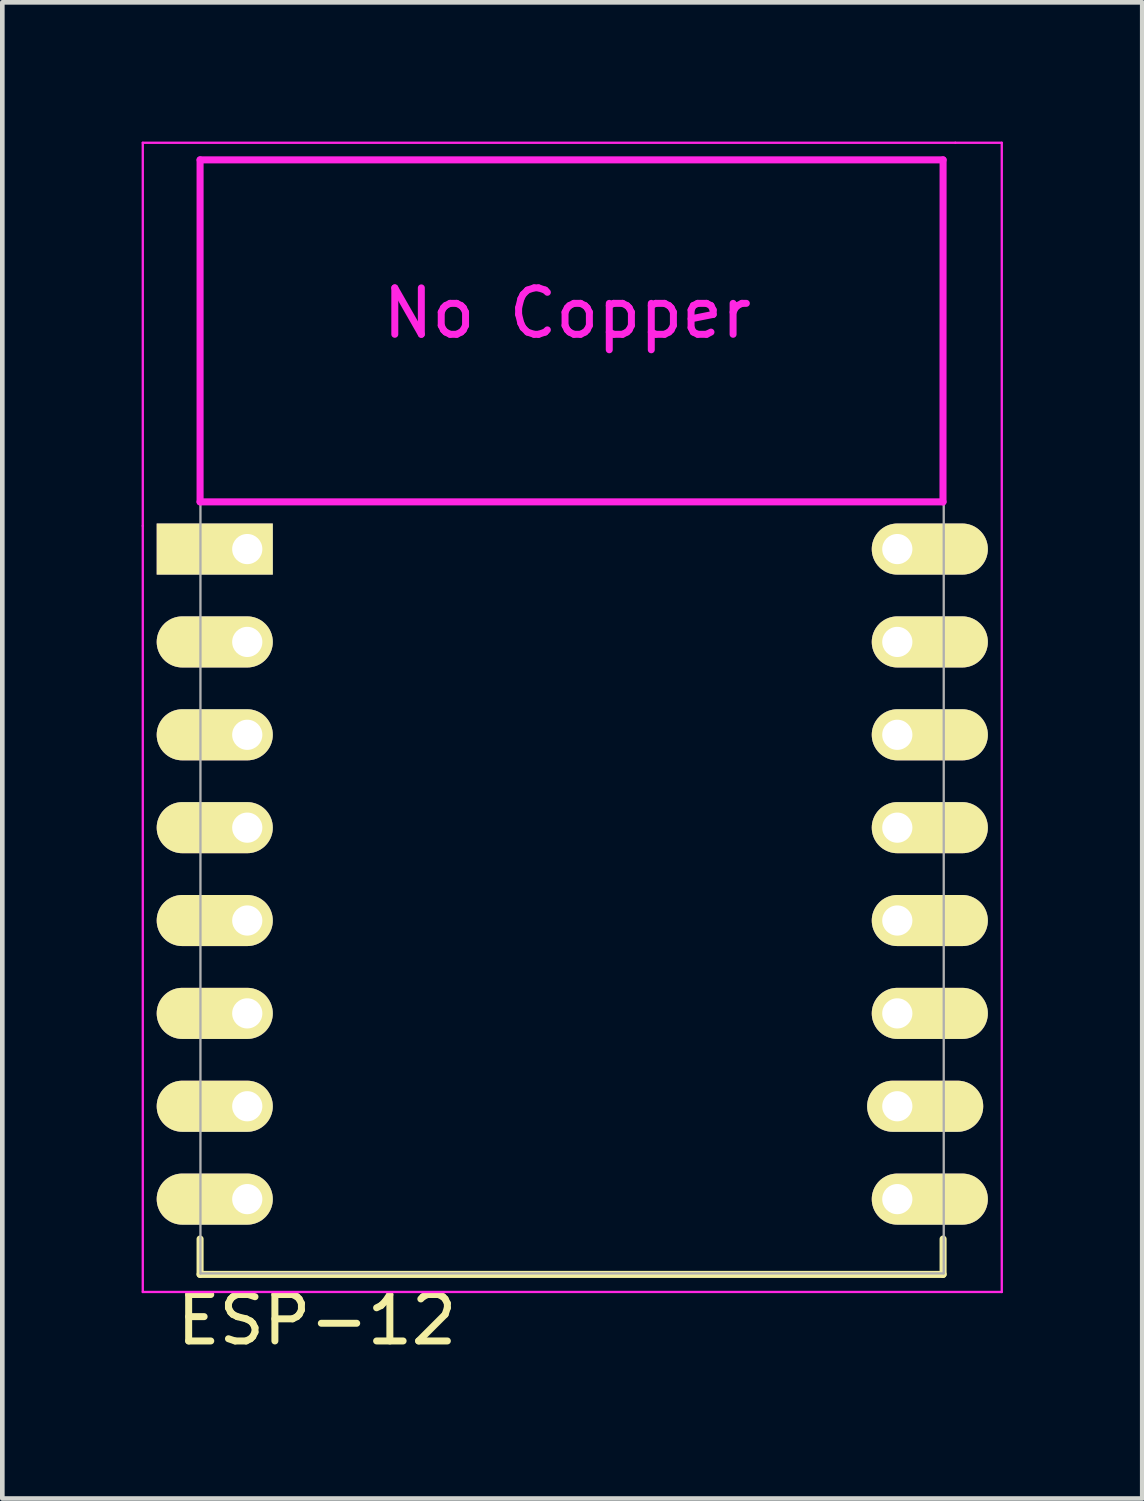
<source format=kicad_pcb>
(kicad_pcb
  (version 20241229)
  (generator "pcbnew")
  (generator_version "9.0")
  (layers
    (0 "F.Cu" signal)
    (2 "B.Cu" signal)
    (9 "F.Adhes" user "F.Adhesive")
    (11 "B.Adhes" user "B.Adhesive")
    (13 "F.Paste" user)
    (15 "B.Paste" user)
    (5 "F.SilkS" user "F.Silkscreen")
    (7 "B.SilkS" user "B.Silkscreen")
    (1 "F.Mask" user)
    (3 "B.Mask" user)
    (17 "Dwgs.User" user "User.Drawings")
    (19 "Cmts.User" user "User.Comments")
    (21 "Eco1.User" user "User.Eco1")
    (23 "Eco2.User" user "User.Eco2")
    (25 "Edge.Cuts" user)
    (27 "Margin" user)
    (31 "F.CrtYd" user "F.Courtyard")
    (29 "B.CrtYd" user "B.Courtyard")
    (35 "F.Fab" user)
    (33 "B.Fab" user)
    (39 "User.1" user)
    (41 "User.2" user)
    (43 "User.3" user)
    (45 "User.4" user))
  (footprint "ESP-12"
    (layer "F.Cu")
    (at 2.275 8.775)
    (property "Reference" "ESP-12" (at 1.5 16.6 0) (layer "F.SilkS") (effects (font (size 1 1) (thickness 0.15))))
    (attr through_hole)
    (fp_line (start -1.016 14.859) (end -1.016 15.621) (stroke (width 0.152) (type solid)) (layer "F.SilkS"))
    (fp_line (start -1.016 15.621) (end 14.986 15.621) (stroke (width 0.152) (type solid)) (layer "F.SilkS"))
    (fp_line (start 14.986 15.621) (end 14.986 14.859) (stroke (width 0.152) (type solid)) (layer "F.SilkS"))
    (fp_line (start -2.25 -8.75) (end 15.25 -8.75) (stroke (width 0.05) (type solid)) (layer "F.CrtYd"))
    (fp_line (start -2.25 -0.5) (end -2.25 -8.75) (stroke (width 0.05) (type solid)) (layer "F.CrtYd"))
    (fp_line (start -2.25 16) (end -2.25 -0.5) (stroke (width 0.05) (type solid)) (layer "F.CrtYd"))
    (fp_line (start -1.016 -8.382) (end -1.016 -1.016) (stroke (width 0.152) (type solid)) (layer "F.CrtYd"))
    (fp_line (start -1.016 -8.382) (end 14.986 -8.382) (stroke (width 0.152) (type solid)) (layer "F.CrtYd"))
    (fp_line (start -1.016 -1.016) (end 14.984 -1.016) (stroke (width 0.152) (type solid)) (layer "F.CrtYd"))
    (fp_line (start 14.986 -8.382) (end 14.984 -1.016) (stroke (width 0.152) (type solid)) (layer "F.CrtYd"))
    (fp_line (start 15.25 -8.75) (end 16.25 -8.75) (stroke (width 0.05) (type solid)) (layer "F.CrtYd"))
    (fp_line (start 16.25 -8.75) (end 16.25 16) (stroke (width 0.05) (type solid)) (layer "F.CrtYd"))
    (fp_line (start 16.25 16) (end -2.25 16) (stroke (width 0.05) (type solid)) (layer "F.CrtYd"))
    (fp_line (start -1.008 -8.4) (end 14.992 -8.4) (stroke (width 0.05) (type solid)) (layer "F.Fab"))
    (fp_line (start -1.008 15.6) (end -1.008 -8.4) (stroke (width 0.05) (type solid)) (layer "F.Fab"))
    (fp_line (start 14.992 15.6) (end -1.008 15.6) (stroke (width 0.05) (type solid)) (layer "F.Fab"))
    (fp_line (start 15 -8.4) (end 15 15.6) (stroke (width 0.05) (type solid)) (layer "F.Fab"))
    (fp_text user "No Copper" (at 6.892 -5.08 0) (layer "F.CrtYd") (effects (font (size 1 1) (thickness 0.15))))
    (pad "1" thru_hole rect (at 0 0) (size 2.5 1.1) (drill 0.65 (offset -0.7 0)) (layers "*.Cu" "*.Mask" "F.SilkS"))
    (pad "2" thru_hole oval (at 0 2) (size 2.5 1.1) (drill 0.65 (offset -0.7 0)) (layers "*.Cu" "*.Mask" "F.SilkS"))
    (pad "3" thru_hole oval (at 0 4) (size 2.5 1.1) (drill 0.65 (offset -0.7 0)) (layers "*.Cu" "*.Mask" "F.SilkS"))
    (pad "4" thru_hole oval (at 0 6) (size 2.5 1.1) (drill 0.65 (offset -0.7 0)) (layers "*.Cu" "*.Mask" "F.SilkS"))
    (pad "5" thru_hole oval (at 0 8) (size 2.5 1.1) (drill 0.65 (offset -0.7 0)) (layers "*.Cu" "*.Mask" "F.SilkS"))
    (pad "6" thru_hole oval (at 0 10) (size 2.5 1.1) (drill 0.65 (offset -0.7 0)) (layers "*.Cu" "*.Mask" "F.SilkS"))
    (pad "7" thru_hole oval (at 0 12) (size 2.5 1.1) (drill 0.65 (offset -0.7 0)) (layers "*.Cu" "*.Mask" "F.SilkS"))
    (pad "8" thru_hole oval (at 0 14) (size 2.5 1.1) (drill 0.65 (offset -0.7 0)) (layers "*.Cu" "*.Mask" "F.SilkS"))
    (pad "9" thru_hole oval (at 14 14) (size 2.5 1.1) (drill 0.65 (offset 0.7 0)) (layers "*.Cu" "*.Mask" "F.SilkS"))
    (pad "10" thru_hole oval (at 14 12) (size 2.5 1.1) (drill 0.65 (offset 0.6 0)) (layers "*.Cu" "*.Mask" "F.SilkS"))
    (pad "11" thru_hole oval (at 14 10) (size 2.5 1.1) (drill 0.65 (offset 0.7 0)) (layers "*.Cu" "*.Mask" "F.SilkS"))
    (pad "12" thru_hole oval (at 14 8) (size 2.5 1.1) (drill 0.65 (offset 0.7 0)) (layers "*.Cu" "*.Mask" "F.SilkS"))
    (pad "13" thru_hole oval (at 14 6) (size 2.5 1.1) (drill 0.65 (offset 0.7 0)) (layers "*.Cu" "*.Mask" "F.SilkS"))
    (pad "14" thru_hole oval (at 14 4) (size 2.5 1.1) (drill 0.65 (offset 0.7 0)) (layers "*.Cu" "*.Mask" "F.SilkS"))
    (pad "15" thru_hole oval (at 14 2) (size 2.5 1.1) (drill 0.65 (offset 0.7 0)) (layers "*.Cu" "*.Mask" "F.SilkS"))
    (pad "16" thru_hole oval (at 14 0) (size 2.5 1.1) (drill 0.65 (offset 0.7 0)) (layers "*.Cu" "*.Mask" "F.SilkS")))
  (gr_rect
    (start -3 -3)
    (end 21.55 29.223)
    (stroke (width 0.1) (type default))
    (fill no)
    (layer "Edge.Cuts")))
</source>
